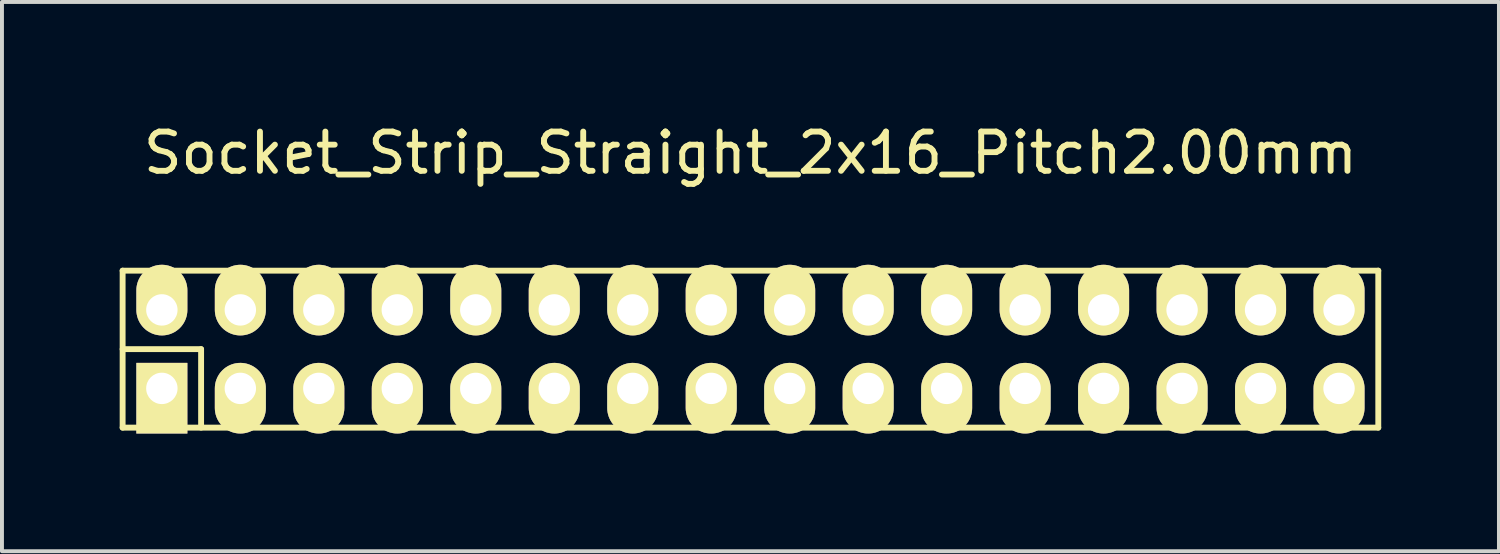
<source format=kicad_pcb>
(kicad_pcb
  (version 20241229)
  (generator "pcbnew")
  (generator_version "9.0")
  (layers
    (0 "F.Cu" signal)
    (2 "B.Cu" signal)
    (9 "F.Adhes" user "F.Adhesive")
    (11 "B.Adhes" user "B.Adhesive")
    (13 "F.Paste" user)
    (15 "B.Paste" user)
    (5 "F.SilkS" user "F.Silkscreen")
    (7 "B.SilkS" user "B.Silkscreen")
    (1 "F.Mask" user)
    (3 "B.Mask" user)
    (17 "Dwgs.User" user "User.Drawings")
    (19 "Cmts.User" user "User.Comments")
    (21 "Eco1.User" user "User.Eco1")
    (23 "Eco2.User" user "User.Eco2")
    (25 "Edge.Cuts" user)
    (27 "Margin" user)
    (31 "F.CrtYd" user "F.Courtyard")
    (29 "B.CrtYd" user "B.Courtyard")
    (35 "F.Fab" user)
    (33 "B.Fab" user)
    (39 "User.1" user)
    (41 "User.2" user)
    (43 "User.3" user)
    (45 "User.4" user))
  (footprint "Socket_Strip_Straight_2x16_Pitch2.00mm"
    (layer "F.Cu")
    (at 16.075 5.848)
    (property "Reference" "Socket_Strip_Straight_2x16_Pitch2.00mm" (at 0 -5 0) (layer "F.SilkS") (effects (font (size 1 1) (thickness 0.15))))
    (attr through_hole)
    (fp_line (start -16 -2) (end 16 -2) (stroke (width 0.15) (type solid)) (layer "F.SilkS"))
    (fp_line (start -16 0) (end -14 0) (stroke (width 0.15) (type solid)) (layer "F.SilkS"))
    (fp_line (start -16 2) (end -16 -2) (stroke (width 0.15) (type solid)) (layer "F.SilkS"))
    (fp_line (start -14 0) (end -14 2) (stroke (width 0.15) (type solid)) (layer "F.SilkS"))
    (fp_line (start 16 -2) (end 16 2) (stroke (width 0.15) (type solid)) (layer "F.SilkS"))
    (fp_line (start 16 2) (end -16 2) (stroke (width 0.15) (type solid)) (layer "F.SilkS"))
    (pad "1" thru_hole rect (at -15 1) (size 1.3 1.8) (drill 0.8 (offset 0 0.25)) (layers "*.Cu" "*.Mask" "F.SilkS"))
    (pad "2" thru_hole oval (at -15 -1) (size 1.3 1.8) (drill 0.8 (offset 0 -0.25)) (layers "*.Cu" "*.Mask" "F.SilkS"))
    (pad "3" thru_hole oval (at -13 1) (size 1.3 1.8) (drill 0.8 (offset 0 0.25)) (layers "*.Cu" "*.Mask" "F.SilkS"))
    (pad "4" thru_hole oval (at -13 -1) (size 1.3 1.8) (drill 0.8 (offset 0 -0.25)) (layers "*.Cu" "*.Mask" "F.SilkS"))
    (pad "5" thru_hole oval (at -11 1) (size 1.3 1.8) (drill 0.8 (offset 0 0.25)) (layers "*.Cu" "*.Mask" "F.SilkS"))
    (pad "6" thru_hole oval (at -11 -1) (size 1.3 1.8) (drill 0.8 (offset 0 -0.25)) (layers "*.Cu" "*.Mask" "F.SilkS"))
    (pad "7" thru_hole oval (at -9 1) (size 1.3 1.8) (drill 0.8 (offset 0 0.25)) (layers "*.Cu" "*.Mask" "F.SilkS"))
    (pad "8" thru_hole oval (at -9 -1) (size 1.3 1.8) (drill 0.8 (offset 0 -0.25)) (layers "*.Cu" "*.Mask" "F.SilkS"))
    (pad "9" thru_hole oval (at -7 1) (size 1.3 1.8) (drill 0.8 (offset 0 0.25)) (layers "*.Cu" "*.Mask" "F.SilkS"))
    (pad "10" thru_hole oval (at -7 -1) (size 1.3 1.8) (drill 0.8 (offset 0 -0.25)) (layers "*.Cu" "*.Mask" "F.SilkS"))
    (pad "11" thru_hole oval (at -5 1) (size 1.3 1.8) (drill 0.8 (offset 0 0.25)) (layers "*.Cu" "*.Mask" "F.SilkS"))
    (pad "12" thru_hole oval (at -5 -1) (size 1.3 1.8) (drill 0.8 (offset 0 -0.25)) (layers "*.Cu" "*.Mask" "F.SilkS"))
    (pad "13" thru_hole oval (at -3 1) (size 1.3 1.8) (drill 0.8 (offset 0 0.25)) (layers "*.Cu" "*.Mask" "F.SilkS"))
    (pad "14" thru_hole oval (at -3 -1) (size 1.3 1.8) (drill 0.8 (offset 0 -0.25)) (layers "*.Cu" "*.Mask" "F.SilkS"))
    (pad "15" thru_hole oval (at -1 1) (size 1.3 1.8) (drill 0.8 (offset 0 0.25)) (layers "*.Cu" "*.Mask" "F.SilkS"))
    (pad "16" thru_hole oval (at -1 -1) (size 1.3 1.8) (drill 0.8 (offset 0 -0.25)) (layers "*.Cu" "*.Mask" "F.SilkS"))
    (pad "17" thru_hole oval (at 1 1) (size 1.3 1.8) (drill 0.8 (offset 0 0.25)) (layers "*.Cu" "*.Mask" "F.SilkS"))
    (pad "18" thru_hole oval (at 1 -1) (size 1.3 1.8) (drill 0.8 (offset 0 -0.25)) (layers "*.Cu" "*.Mask" "F.SilkS"))
    (pad "19" thru_hole oval (at 3 1) (size 1.3 1.8) (drill 0.8 (offset 0 0.25)) (layers "*.Cu" "*.Mask" "F.SilkS"))
    (pad "20" thru_hole oval (at 3 -1) (size 1.3 1.8) (drill 0.8 (offset 0 -0.25)) (layers "*.Cu" "*.Mask" "F.SilkS"))
    (pad "21" thru_hole oval (at 5 1) (size 1.3 1.8) (drill 0.8 (offset 0 0.25)) (layers "*.Cu" "*.Mask" "F.SilkS"))
    (pad "22" thru_hole oval (at 5 -1) (size 1.3 1.8) (drill 0.8 (offset 0 -0.25)) (layers "*.Cu" "*.Mask" "F.SilkS"))
    (pad "23" thru_hole oval (at 7 1) (size 1.3 1.8) (drill 0.8 (offset 0 0.25)) (layers "*.Cu" "*.Mask" "F.SilkS"))
    (pad "24" thru_hole oval (at 7 -1) (size 1.3 1.8) (drill 0.8 (offset 0 -0.25)) (layers "*.Cu" "*.Mask" "F.SilkS"))
    (pad "25" thru_hole oval (at 9 1) (size 1.3 1.8) (drill 0.8 (offset 0 0.25)) (layers "*.Cu" "*.Mask" "F.SilkS"))
    (pad "26" thru_hole oval (at 9 -1) (size 1.3 1.8) (drill 0.8 (offset 0 -0.25)) (layers "*.Cu" "*.Mask" "F.SilkS"))
    (pad "27" thru_hole oval (at 11 1) (size 1.3 1.8) (drill 0.8 (offset 0 0.25)) (layers "*.Cu" "*.Mask" "F.SilkS"))
    (pad "28" thru_hole oval (at 11 -1) (size 1.3 1.8) (drill 0.8 (offset 0 -0.25)) (layers "*.Cu" "*.Mask" "F.SilkS"))
    (pad "29" thru_hole oval (at 13 1) (size 1.3 1.8) (drill 0.8 (offset 0 0.25)) (layers "*.Cu" "*.Mask" "F.SilkS"))
    (pad "30" thru_hole oval (at 13 -1) (size 1.3 1.8) (drill 0.8 (offset 0 -0.25)) (layers "*.Cu" "*.Mask" "F.SilkS"))
    (pad "31" thru_hole oval (at 15 1) (size 1.3 1.8) (drill 0.8 (offset 0 0.25)) (layers "*.Cu" "*.Mask" "F.SilkS"))
    (pad "32" thru_hole oval (at 15 -1) (size 1.3 1.8) (drill 0.8 (offset 0 -0.25)) (layers "*.Cu" "*.Mask" "F.SilkS")))
  (gr_rect
    (start -3 -3)
    (end 35.15 10.998)
    (stroke (width 0.1) (type default))
    (fill no)
    (layer "Edge.Cuts")))
</source>
